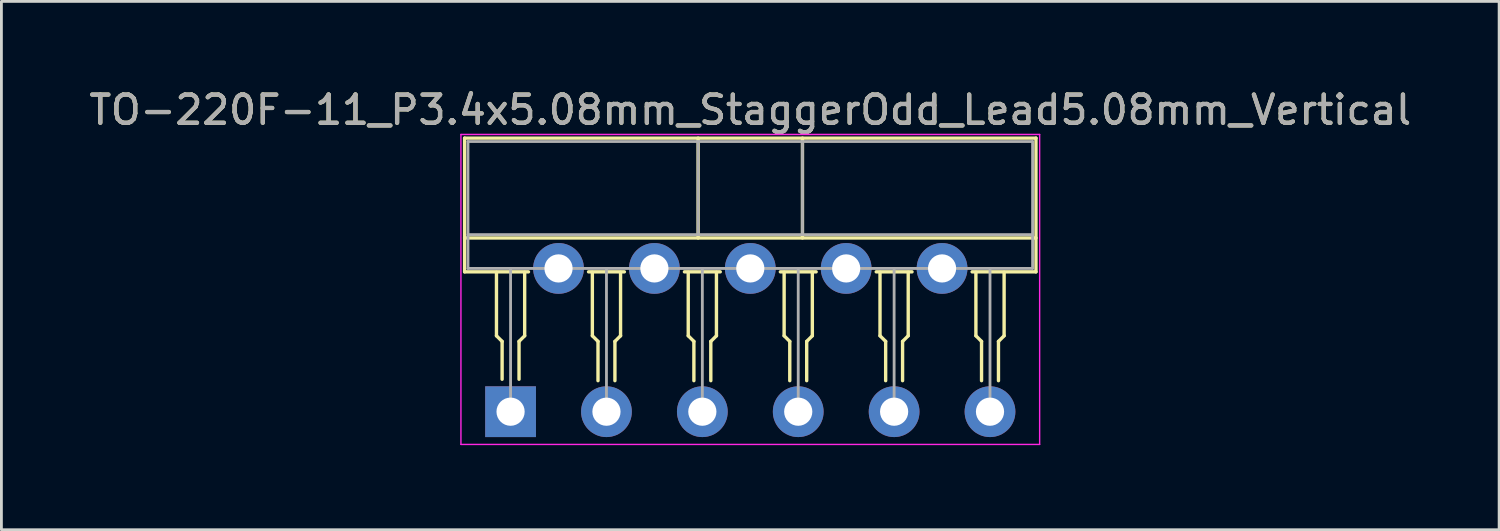
<source format=kicad_pcb>
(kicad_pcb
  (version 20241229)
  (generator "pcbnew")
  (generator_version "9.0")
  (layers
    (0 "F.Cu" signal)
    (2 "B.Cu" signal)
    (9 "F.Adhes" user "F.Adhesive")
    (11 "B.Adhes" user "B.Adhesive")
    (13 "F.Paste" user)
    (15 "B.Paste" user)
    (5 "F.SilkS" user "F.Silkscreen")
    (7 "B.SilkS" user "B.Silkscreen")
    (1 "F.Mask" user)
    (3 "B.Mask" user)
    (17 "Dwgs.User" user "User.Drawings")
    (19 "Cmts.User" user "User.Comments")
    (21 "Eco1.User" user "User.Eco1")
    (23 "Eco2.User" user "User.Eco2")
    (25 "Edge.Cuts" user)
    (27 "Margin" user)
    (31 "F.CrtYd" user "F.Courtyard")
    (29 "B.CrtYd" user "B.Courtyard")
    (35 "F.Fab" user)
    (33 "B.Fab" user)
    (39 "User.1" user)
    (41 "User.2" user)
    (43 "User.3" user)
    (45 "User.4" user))
  (footprint "TO-220F-11_P3.4x5.08mm_StaggerOdd_Lead5.08mm_Vertical"
    (layer "F.Cu")
    (at 15.054 11.548)
    (property "Reference" "TO-220F-11_P3.4x5.08mm_StaggerOdd_Lead5.08mm_Vertical" (at 8.5 -10.7 0) (layer "F.SilkS") (effects (font (size 1 1) (thickness 0.15))))
    (attr through_hole)
    (fp_line (start -1.63 -9.7) (end -1.63 -4.959) (stroke (width 0.12) (type solid)) (layer "F.SilkS"))
    (fp_line (start -1.63 -9.7) (end 18.63 -9.7) (stroke (width 0.12) (type solid)) (layer "F.SilkS"))
    (fp_line (start -1.63 -6.16) (end 18.63 -6.16) (stroke (width 0.12) (type solid)) (layer "F.SilkS"))
    (fp_line (start -1.63 -4.959) (end 0.635 -4.959) (stroke (width 0.12) (type solid)) (layer "F.SilkS"))
    (fp_line (start -0.5 -4.942) (end -0.5 -2.692) (stroke (width 0.12) (type solid)) (layer "F.SilkS"))
    (fp_line (start -0.5 -2.692) (end -0.3 -2.492) (stroke (width 0.12) (type solid)) (layer "F.SilkS"))
    (fp_line (start -0.3 -1.15) (end -0.3 -2.492) (stroke (width 0.12) (type solid)) (layer "F.SilkS"))
    (fp_line (start 0.3 -1.15) (end 0.3 -2.492) (stroke (width 0.12) (type solid)) (layer "F.SilkS"))
    (fp_line (start 0.5 -4.942) (end 0.5 -2.692) (stroke (width 0.12) (type solid)) (layer "F.SilkS"))
    (fp_line (start 0.5 -2.692) (end 0.3 -2.492) (stroke (width 0.12) (type solid)) (layer "F.SilkS"))
    (fp_line (start 2.765 -4.959) (end 4.035 -4.959) (stroke (width 0.12) (type solid)) (layer "F.SilkS"))
    (fp_line (start 2.9 -4.942) (end 2.9 -2.692) (stroke (width 0.12) (type solid)) (layer "F.SilkS"))
    (fp_line (start 2.9 -2.692) (end 3.1 -2.492) (stroke (width 0.12) (type solid)) (layer "F.SilkS"))
    (fp_line (start 3.1 -1.1) (end 3.1 -2.492) (stroke (width 0.12) (type solid)) (layer "F.SilkS"))
    (fp_line (start 3.7 -1.1) (end 3.7 -2.492) (stroke (width 0.12) (type solid)) (layer "F.SilkS"))
    (fp_line (start 3.9 -4.942) (end 3.9 -2.692) (stroke (width 0.12) (type solid)) (layer "F.SilkS"))
    (fp_line (start 3.9 -2.692) (end 3.7 -2.492) (stroke (width 0.12) (type solid)) (layer "F.SilkS"))
    (fp_line (start 6.165 -4.959) (end 7.435 -4.959) (stroke (width 0.12) (type solid)) (layer "F.SilkS"))
    (fp_line (start 6.3 -4.942) (end 6.3 -2.692) (stroke (width 0.12) (type solid)) (layer "F.SilkS"))
    (fp_line (start 6.3 -2.692) (end 6.5 -2.492) (stroke (width 0.12) (type solid)) (layer "F.SilkS"))
    (fp_line (start 6.5 -1.1) (end 6.5 -2.492) (stroke (width 0.12) (type solid)) (layer "F.SilkS"))
    (fp_line (start 6.65 -9.7) (end 6.65 -6.16) (stroke (width 0.12) (type solid)) (layer "F.SilkS"))
    (fp_line (start 7.1 -1.1) (end 7.1 -2.492) (stroke (width 0.12) (type solid)) (layer "F.SilkS"))
    (fp_line (start 7.3 -4.942) (end 7.3 -2.692) (stroke (width 0.12) (type solid)) (layer "F.SilkS"))
    (fp_line (start 7.3 -2.692) (end 7.1 -2.492) (stroke (width 0.12) (type solid)) (layer "F.SilkS"))
    (fp_line (start 9.566 -4.959) (end 10.835 -4.959) (stroke (width 0.12) (type solid)) (layer "F.SilkS"))
    (fp_line (start 9.7 -4.942) (end 9.7 -2.692) (stroke (width 0.12) (type solid)) (layer "F.SilkS"))
    (fp_line (start 9.7 -2.692) (end 9.9 -2.492) (stroke (width 0.12) (type solid)) (layer "F.SilkS"))
    (fp_line (start 9.9 -1.1) (end 9.9 -2.492) (stroke (width 0.12) (type solid)) (layer "F.SilkS"))
    (fp_line (start 10.35 -9.7) (end 10.35 -6.16) (stroke (width 0.12) (type solid)) (layer "F.SilkS"))
    (fp_line (start 10.5 -1.1) (end 10.5 -2.492) (stroke (width 0.12) (type solid)) (layer "F.SilkS"))
    (fp_line (start 10.7 -4.942) (end 10.7 -2.692) (stroke (width 0.12) (type solid)) (layer "F.SilkS"))
    (fp_line (start 10.7 -2.692) (end 10.5 -2.492) (stroke (width 0.12) (type solid)) (layer "F.SilkS"))
    (fp_line (start 12.965 -4.959) (end 14.235 -4.959) (stroke (width 0.12) (type solid)) (layer "F.SilkS"))
    (fp_line (start 13.1 -4.942) (end 13.1 -2.692) (stroke (width 0.12) (type solid)) (layer "F.SilkS"))
    (fp_line (start 13.1 -2.692) (end 13.3 -2.492) (stroke (width 0.12) (type solid)) (layer "F.SilkS"))
    (fp_line (start 13.3 -1.1) (end 13.3 -2.492) (stroke (width 0.12) (type solid)) (layer "F.SilkS"))
    (fp_line (start 13.9 -1.1) (end 13.9 -2.492) (stroke (width 0.12) (type solid)) (layer "F.SilkS"))
    (fp_line (start 14.1 -4.942) (end 14.1 -2.692) (stroke (width 0.12) (type solid)) (layer "F.SilkS"))
    (fp_line (start 14.1 -2.692) (end 13.9 -2.492) (stroke (width 0.12) (type solid)) (layer "F.SilkS"))
    (fp_line (start 16.365 -4.959) (end 18.63 -4.959) (stroke (width 0.12) (type solid)) (layer "F.SilkS"))
    (fp_line (start 16.5 -4.942) (end 16.5 -2.692) (stroke (width 0.12) (type solid)) (layer "F.SilkS"))
    (fp_line (start 16.5 -2.692) (end 16.7 -2.492) (stroke (width 0.12) (type solid)) (layer "F.SilkS"))
    (fp_line (start 16.7 -1.1) (end 16.7 -2.492) (stroke (width 0.12) (type solid)) (layer "F.SilkS"))
    (fp_line (start 17.3 -1.1) (end 17.3 -2.492) (stroke (width 0.12) (type solid)) (layer "F.SilkS"))
    (fp_line (start 17.5 -4.942) (end 17.5 -2.692) (stroke (width 0.12) (type solid)) (layer "F.SilkS"))
    (fp_line (start 17.5 -2.692) (end 17.3 -2.492) (stroke (width 0.12) (type solid)) (layer "F.SilkS"))
    (fp_line (start 18.63 -9.7) (end 18.63 -4.959) (stroke (width 0.12) (type solid)) (layer "F.SilkS"))
    (fp_line (start -1.76 -9.83) (end -1.76 1.16) (stroke (width 0.05) (type solid)) (layer "F.CrtYd"))
    (fp_line (start -1.76 1.16) (end 18.76 1.16) (stroke (width 0.05) (type solid)) (layer "F.CrtYd"))
    (fp_line (start 18.76 -9.83) (end -1.76 -9.83) (stroke (width 0.05) (type solid)) (layer "F.CrtYd"))
    (fp_line (start 18.76 1.16) (end 18.76 -9.83) (stroke (width 0.05) (type solid)) (layer "F.CrtYd"))
    (fp_line (start -1.51 -9.58) (end -1.51 -5.08) (stroke (width 0.1) (type solid)) (layer "F.Fab"))
    (fp_line (start -1.51 -6.28) (end 18.51 -6.28) (stroke (width 0.1) (type solid)) (layer "F.Fab"))
    (fp_line (start -1.51 -5.08) (end 18.51 -5.08) (stroke (width 0.1) (type solid)) (layer "F.Fab"))
    (fp_line (start 0 -5.08) (end 0 0) (stroke (width 0.1) (type solid)) (layer "F.Fab"))
    (fp_line (start 3.4 -5.08) (end 3.4 0) (stroke (width 0.1) (type solid)) (layer "F.Fab"))
    (fp_line (start 6.65 -9.58) (end 6.65 -6.28) (stroke (width 0.1) (type solid)) (layer "F.Fab"))
    (fp_line (start 6.8 -5.08) (end 6.8 0) (stroke (width 0.1) (type solid)) (layer "F.Fab"))
    (fp_line (start 10.2 -5.08) (end 10.2 0) (stroke (width 0.1) (type solid)) (layer "F.Fab"))
    (fp_line (start 10.35 -9.58) (end 10.35 -6.28) (stroke (width 0.1) (type solid)) (layer "F.Fab"))
    (fp_line (start 13.6 -5.08) (end 13.6 0) (stroke (width 0.1) (type solid)) (layer "F.Fab"))
    (fp_line (start 17 -5.08) (end 17 0) (stroke (width 0.1) (type solid)) (layer "F.Fab"))
    (fp_line (start 18.51 -9.58) (end -1.51 -9.58) (stroke (width 0.1) (type solid)) (layer "F.Fab"))
    (fp_line (start 18.51 -5.08) (end 18.51 -9.58) (stroke (width 0.1) (type solid)) (layer "F.Fab"))
    (fp_text user "${REFERENCE}" (at 8.5 -10.7 0) (layer "F.Fab") (effects (font (size 1 1) (thickness 0.15))))
    (pad "1" thru_hole rect (at 0 0) (size 1.8 1.8) (drill 1) (layers "*.Cu" "*.Mask"))
    (pad "2" thru_hole oval (at 1.7 -5.08) (size 1.8 1.8) (drill 1) (layers "*.Cu" "*.Mask"))
    (pad "3" thru_hole oval (at 3.4 0) (size 1.8 1.8) (drill 1) (layers "*.Cu" "*.Mask"))
    (pad "4" thru_hole oval (at 5.1 -5.08) (size 1.8 1.8) (drill 1) (layers "*.Cu" "*.Mask"))
    (pad "5" thru_hole oval (at 6.8 0) (size 1.8 1.8) (drill 1) (layers "*.Cu" "*.Mask"))
    (pad "6" thru_hole oval (at 8.5 -5.08) (size 1.8 1.8) (drill 1) (layers "*.Cu" "*.Mask"))
    (pad "7" thru_hole oval (at 10.2 0) (size 1.8 1.8) (drill 1) (layers "*.Cu" "*.Mask"))
    (pad "8" thru_hole oval (at 11.9 -5.08) (size 1.8 1.8) (drill 1) (layers "*.Cu" "*.Mask"))
    (pad "9" thru_hole oval (at 13.6 0) (size 1.8 1.8) (drill 1) (layers "*.Cu" "*.Mask"))
    (pad "10" thru_hole oval (at 15.3 -5.08) (size 1.8 1.8) (drill 1) (layers "*.Cu" "*.Mask"))
    (pad "11" thru_hole oval (at 17 0) (size 1.8 1.8) (drill 1) (layers "*.Cu" "*.Mask")))
  (gr_rect
    (start -3 -3)
    (end 50.107 15.733)
    (stroke (width 0.1) (type default))
    (fill no)
    (layer "Edge.Cuts")))
</source>
